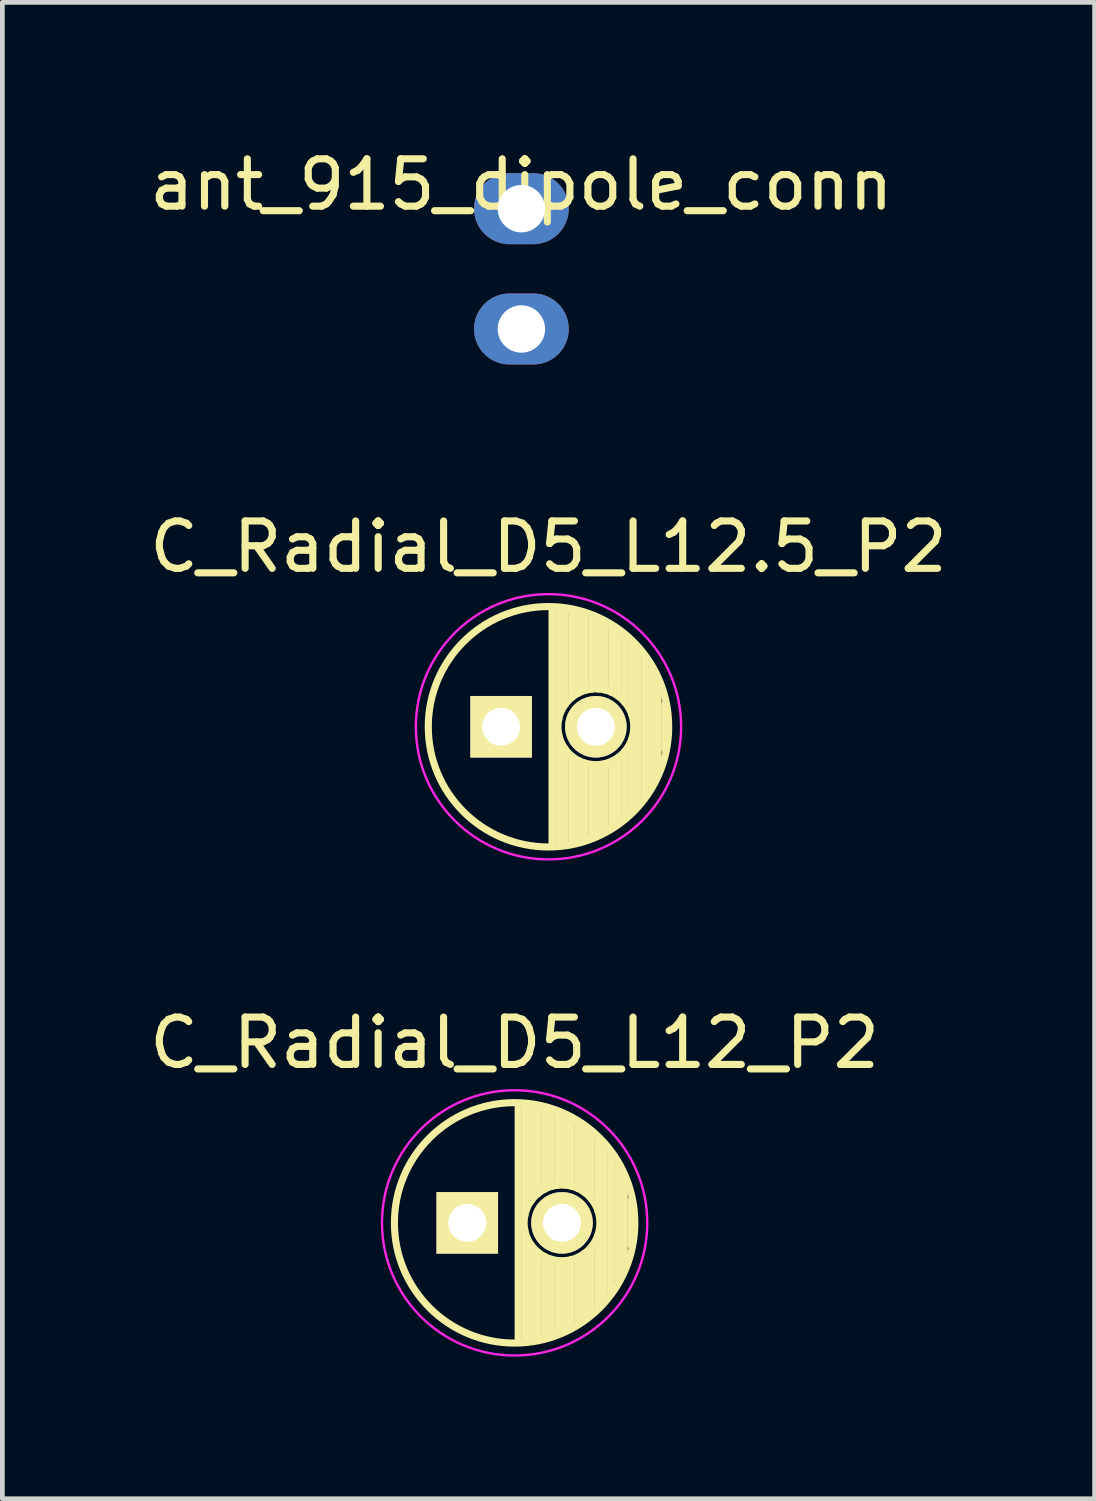
<source format=kicad_pcb>
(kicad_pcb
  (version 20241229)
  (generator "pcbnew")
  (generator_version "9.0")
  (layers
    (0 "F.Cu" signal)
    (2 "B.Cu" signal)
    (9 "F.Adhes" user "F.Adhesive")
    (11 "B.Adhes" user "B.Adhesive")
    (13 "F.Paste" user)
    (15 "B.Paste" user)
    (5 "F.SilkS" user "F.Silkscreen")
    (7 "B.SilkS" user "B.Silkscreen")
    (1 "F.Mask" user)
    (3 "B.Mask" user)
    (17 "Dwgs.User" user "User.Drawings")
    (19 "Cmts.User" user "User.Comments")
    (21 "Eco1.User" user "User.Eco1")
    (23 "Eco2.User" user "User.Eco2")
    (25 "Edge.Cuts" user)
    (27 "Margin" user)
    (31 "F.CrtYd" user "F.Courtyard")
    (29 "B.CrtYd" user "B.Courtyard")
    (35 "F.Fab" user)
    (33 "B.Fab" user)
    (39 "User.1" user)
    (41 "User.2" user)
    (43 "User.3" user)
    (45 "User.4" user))
  (footprint "ant_915_dipole_conn"
    (layer "F.Cu")
    (at 7.958 3.896)
    (property "Reference" "ant_915_dipole_conn" (at 0 -3.048 0) (layer "F.SilkS") (effects (font (size 1 1) (thickness 0.15))))
    (attr through_hole)
    (pad "1" thru_hole oval (at 0 -2.54) (size 2 1.5) (drill 1) (layers "*.Cu" "*.Mask"))
    (pad "2" thru_hole oval (at 0 0) (size 2 1.5) (drill 1) (layers "*.Cu" "*.Mask")))
  (footprint "C_Radial_D5_L12.5_P2"
    (layer "F.Cu")
    (at 7.53 12.294)
    (property "Reference" "C_Radial_D5_L12.5_P2" (at 1 -3.8 0) (layer "F.SilkS") (effects (font (size 1 1) (thickness 0.15))))
    (attr through_hole)
    (fp_line (start 1.075 -2.499) (end 1.075 2.499) (stroke (width 0.15) (type solid)) (layer "F.SilkS"))
    (fp_line (start 1.215 -2.491) (end 1.215 -0.154) (stroke (width 0.15) (type solid)) (layer "F.SilkS"))
    (fp_line (start 1.215 0.154) (end 1.215 2.491) (stroke (width 0.15) (type solid)) (layer "F.SilkS"))
    (fp_line (start 1.355 -2.475) (end 1.355 -0.473) (stroke (width 0.15) (type solid)) (layer "F.SilkS"))
    (fp_line (start 1.355 0.473) (end 1.355 2.475) (stroke (width 0.15) (type solid)) (layer "F.SilkS"))
    (fp_line (start 1.495 -2.451) (end 1.495 -0.62) (stroke (width 0.15) (type solid)) (layer "F.SilkS"))
    (fp_line (start 1.495 0.62) (end 1.495 2.451) (stroke (width 0.15) (type solid)) (layer "F.SilkS"))
    (fp_line (start 1.635 -2.418) (end 1.635 -0.712) (stroke (width 0.15) (type solid)) (layer "F.SilkS"))
    (fp_line (start 1.635 0.712) (end 1.635 2.418) (stroke (width 0.15) (type solid)) (layer "F.SilkS"))
    (fp_line (start 1.775 -2.377) (end 1.775 -0.768) (stroke (width 0.15) (type solid)) (layer "F.SilkS"))
    (fp_line (start 1.775 0.768) (end 1.775 2.377) (stroke (width 0.15) (type solid)) (layer "F.SilkS"))
    (fp_line (start 1.915 -2.327) (end 1.915 -0.795) (stroke (width 0.15) (type solid)) (layer "F.SilkS"))
    (fp_line (start 1.915 0.795) (end 1.915 2.327) (stroke (width 0.15) (type solid)) (layer "F.SilkS"))
    (fp_line (start 2.055 -2.266) (end 2.055 -0.798) (stroke (width 0.15) (type solid)) (layer "F.SilkS"))
    (fp_line (start 2.055 0.798) (end 2.055 2.266) (stroke (width 0.15) (type solid)) (layer "F.SilkS"))
    (fp_line (start 2.195 -2.196) (end 2.195 -0.776) (stroke (width 0.15) (type solid)) (layer "F.SilkS"))
    (fp_line (start 2.195 0.776) (end 2.195 2.196) (stroke (width 0.15) (type solid)) (layer "F.SilkS"))
    (fp_line (start 2.335 -2.114) (end 2.335 -0.726) (stroke (width 0.15) (type solid)) (layer "F.SilkS"))
    (fp_line (start 2.335 0.726) (end 2.335 2.114) (stroke (width 0.15) (type solid)) (layer "F.SilkS"))
    (fp_line (start 2.475 -2.019) (end 2.475 -0.644) (stroke (width 0.15) (type solid)) (layer "F.SilkS"))
    (fp_line (start 2.475 0.644) (end 2.475 2.019) (stroke (width 0.15) (type solid)) (layer "F.SilkS"))
    (fp_line (start 2.615 -1.908) (end 2.615 -0.512) (stroke (width 0.15) (type solid)) (layer "F.SilkS"))
    (fp_line (start 2.615 0.512) (end 2.615 1.908) (stroke (width 0.15) (type solid)) (layer "F.SilkS"))
    (fp_line (start 2.755 -1.78) (end 2.755 -0.265) (stroke (width 0.15) (type solid)) (layer "F.SilkS"))
    (fp_line (start 2.755 0.265) (end 2.755 1.78) (stroke (width 0.15) (type solid)) (layer "F.SilkS"))
    (fp_line (start 2.895 -1.631) (end 2.895 1.631) (stroke (width 0.15) (type solid)) (layer "F.SilkS"))
    (fp_line (start 3.035 -1.452) (end 3.035 1.452) (stroke (width 0.15) (type solid)) (layer "F.SilkS"))
    (fp_line (start 3.175 -1.233) (end 3.175 1.233) (stroke (width 0.15) (type solid)) (layer "F.SilkS"))
    (fp_line (start 3.315 -0.944) (end 3.315 0.944) (stroke (width 0.15) (type solid)) (layer "F.SilkS"))
    (fp_line (start 3.455 -0.472) (end 3.455 0.472) (stroke (width 0.15) (type solid)) (layer "F.SilkS"))
    (fp_circle (center 1 0) (end 1 -2.538) (stroke (width 0.15) (type solid)) (fill no) (layer "F.SilkS"))
    (fp_circle (center 2 0) (end 2 -0.8) (stroke (width 0.15) (type solid)) (fill no) (layer "F.SilkS"))
    (fp_circle (center 1 0) (end 1 -2.8) (stroke (width 0.05) (type solid)) (fill no) (layer "F.CrtYd"))
    (pad "1" thru_hole rect (at 0 0) (size 1.3 1.3) (drill 0.8) (layers "*.Cu" "*.Mask" "F.SilkS"))
    (pad "2" thru_hole circle (at 2 0) (size 1.3 1.3) (drill 0.8) (layers "*.Cu" "*.Mask" "F.SilkS")))
  (footprint "C_Radial_D5_L12_P2"
    (layer "F.Cu")
    (at 6.815 22.768)
    (property "Reference" "C_Radial_D5_L12_P2" (at 1 -3.8 0) (layer "F.SilkS") (effects (font (size 1 1) (thickness 0.15))))
    (attr through_hole)
    (fp_line (start 1.075 -2.499) (end 1.075 2.499) (stroke (width 0.15) (type solid)) (layer "F.SilkS"))
    (fp_line (start 1.215 -2.491) (end 1.215 -0.154) (stroke (width 0.15) (type solid)) (layer "F.SilkS"))
    (fp_line (start 1.215 0.154) (end 1.215 2.491) (stroke (width 0.15) (type solid)) (layer "F.SilkS"))
    (fp_line (start 1.355 -2.475) (end 1.355 -0.473) (stroke (width 0.15) (type solid)) (layer "F.SilkS"))
    (fp_line (start 1.355 0.473) (end 1.355 2.475) (stroke (width 0.15) (type solid)) (layer "F.SilkS"))
    (fp_line (start 1.495 -2.451) (end 1.495 -0.62) (stroke (width 0.15) (type solid)) (layer "F.SilkS"))
    (fp_line (start 1.495 0.62) (end 1.495 2.451) (stroke (width 0.15) (type solid)) (layer "F.SilkS"))
    (fp_line (start 1.635 -2.418) (end 1.635 -0.712) (stroke (width 0.15) (type solid)) (layer "F.SilkS"))
    (fp_line (start 1.635 0.712) (end 1.635 2.418) (stroke (width 0.15) (type solid)) (layer "F.SilkS"))
    (fp_line (start 1.775 -2.377) (end 1.775 -0.768) (stroke (width 0.15) (type solid)) (layer "F.SilkS"))
    (fp_line (start 1.775 0.768) (end 1.775 2.377) (stroke (width 0.15) (type solid)) (layer "F.SilkS"))
    (fp_line (start 1.915 -2.327) (end 1.915 -0.795) (stroke (width 0.15) (type solid)) (layer "F.SilkS"))
    (fp_line (start 1.915 0.795) (end 1.915 2.327) (stroke (width 0.15) (type solid)) (layer "F.SilkS"))
    (fp_line (start 2.055 -2.266) (end 2.055 -0.798) (stroke (width 0.15) (type solid)) (layer "F.SilkS"))
    (fp_line (start 2.055 0.798) (end 2.055 2.266) (stroke (width 0.15) (type solid)) (layer "F.SilkS"))
    (fp_line (start 2.195 -2.196) (end 2.195 -0.776) (stroke (width 0.15) (type solid)) (layer "F.SilkS"))
    (fp_line (start 2.195 0.776) (end 2.195 2.196) (stroke (width 0.15) (type solid)) (layer "F.SilkS"))
    (fp_line (start 2.335 -2.114) (end 2.335 -0.726) (stroke (width 0.15) (type solid)) (layer "F.SilkS"))
    (fp_line (start 2.335 0.726) (end 2.335 2.114) (stroke (width 0.15) (type solid)) (layer "F.SilkS"))
    (fp_line (start 2.475 -2.019) (end 2.475 -0.644) (stroke (width 0.15) (type solid)) (layer "F.SilkS"))
    (fp_line (start 2.475 0.644) (end 2.475 2.019) (stroke (width 0.15) (type solid)) (layer "F.SilkS"))
    (fp_line (start 2.615 -1.908) (end 2.615 -0.512) (stroke (width 0.15) (type solid)) (layer "F.SilkS"))
    (fp_line (start 2.615 0.512) (end 2.615 1.908) (stroke (width 0.15) (type solid)) (layer "F.SilkS"))
    (fp_line (start 2.755 -1.78) (end 2.755 -0.265) (stroke (width 0.15) (type solid)) (layer "F.SilkS"))
    (fp_line (start 2.755 0.265) (end 2.755 1.78) (stroke (width 0.15) (type solid)) (layer "F.SilkS"))
    (fp_line (start 2.895 -1.631) (end 2.895 1.631) (stroke (width 0.15) (type solid)) (layer "F.SilkS"))
    (fp_line (start 3.035 -1.452) (end 3.035 1.452) (stroke (width 0.15) (type solid)) (layer "F.SilkS"))
    (fp_line (start 3.175 -1.233) (end 3.175 1.233) (stroke (width 0.15) (type solid)) (layer "F.SilkS"))
    (fp_line (start 3.315 -0.944) (end 3.315 0.944) (stroke (width 0.15) (type solid)) (layer "F.SilkS"))
    (fp_line (start 3.455 -0.472) (end 3.455 0.472) (stroke (width 0.15) (type solid)) (layer "F.SilkS"))
    (fp_circle (center 1 0) (end 1 -2.538) (stroke (width 0.15) (type solid)) (fill no) (layer "F.SilkS"))
    (fp_circle (center 2 0) (end 2 -0.8) (stroke (width 0.15) (type solid)) (fill no) (layer "F.SilkS"))
    (fp_circle (center 1 0) (end 1 -2.8) (stroke (width 0.05) (type solid)) (fill no) (layer "F.CrtYd"))
    (pad "1" thru_hole rect (at 0 0) (size 1.3 1.3) (drill 0.8) (layers "*.Cu" "*.Mask" "F.SilkS"))
    (pad "2" thru_hole circle (at 2 0) (size 1.3 1.3) (drill 0.8) (layers "*.Cu" "*.Mask" "F.SilkS")))
  (gr_rect
    (start -3 -3)
    (end 20.06 28.593)
    (stroke (width 0.1) (type default))
    (fill no)
    (layer "Edge.Cuts")))
</source>
